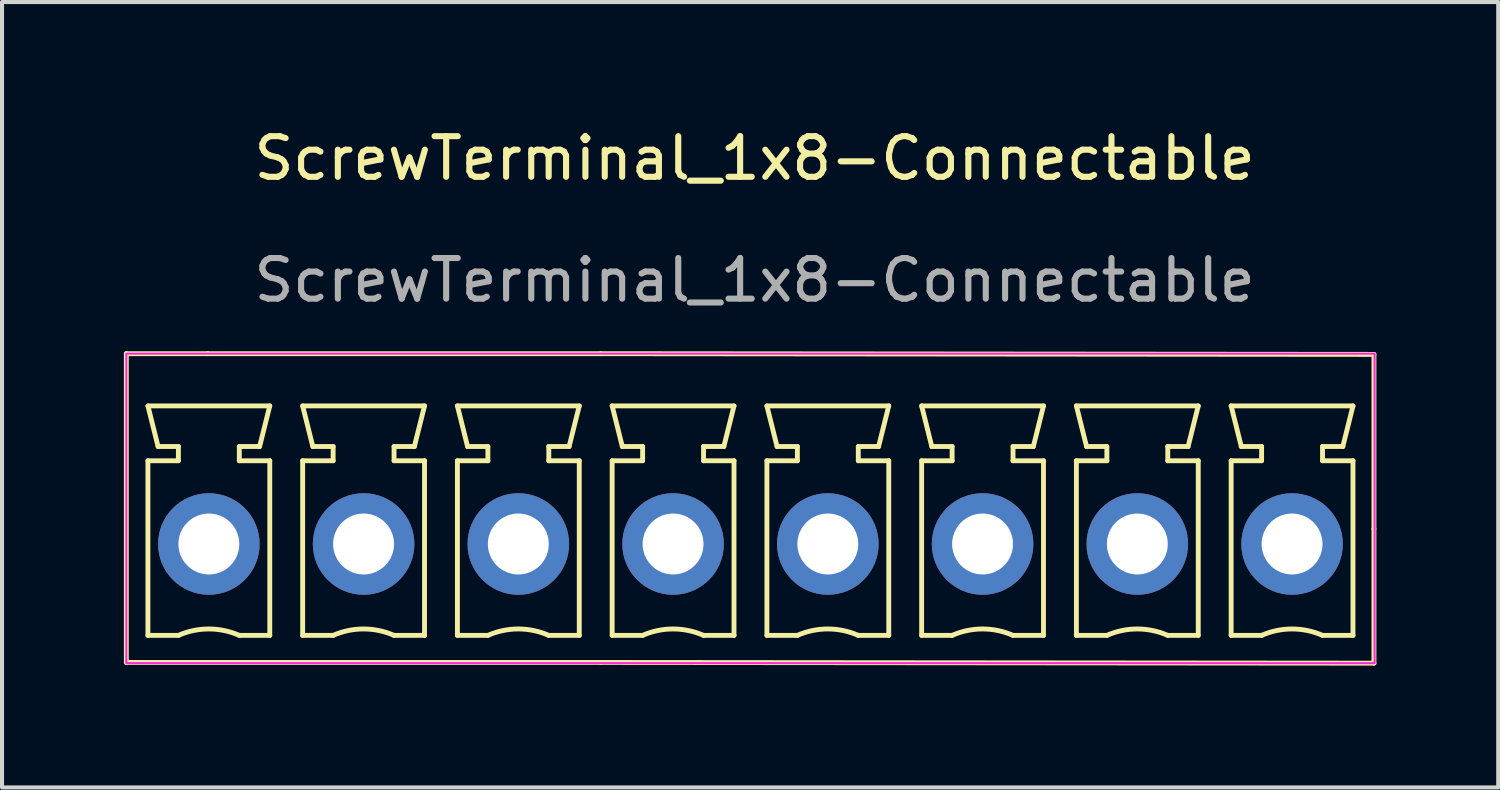
<source format=kicad_pcb>
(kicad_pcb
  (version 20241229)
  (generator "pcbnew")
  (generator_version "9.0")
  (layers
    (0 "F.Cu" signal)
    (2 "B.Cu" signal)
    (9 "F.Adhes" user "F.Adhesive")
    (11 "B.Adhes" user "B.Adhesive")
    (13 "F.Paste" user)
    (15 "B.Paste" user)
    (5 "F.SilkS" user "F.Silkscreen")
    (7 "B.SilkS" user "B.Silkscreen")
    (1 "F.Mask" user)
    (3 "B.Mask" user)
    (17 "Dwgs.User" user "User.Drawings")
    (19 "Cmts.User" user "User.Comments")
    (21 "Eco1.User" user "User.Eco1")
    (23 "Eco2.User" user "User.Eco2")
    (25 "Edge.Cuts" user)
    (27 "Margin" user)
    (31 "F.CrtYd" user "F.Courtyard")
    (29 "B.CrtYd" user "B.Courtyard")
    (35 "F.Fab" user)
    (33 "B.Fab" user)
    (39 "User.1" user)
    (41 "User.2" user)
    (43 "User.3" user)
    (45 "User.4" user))
  (footprint "ScrewTerminal_1x8-Connectable"
    (layer "F.Cu")
    (at 15.53 10.246)
    (property "Reference" "ScrewTerminal_1x8-Connectable" (at 0 -9.398 0) (unlocked yes) (layer "F.SilkS") (effects (font (size 1 1) (thickness 0.15))))
    (attr through_hole)
    (fp_line (start -15.47 -4.588) (end -15.47 3.014) (stroke (width 0.12) (type solid)) (layer "F.SilkS"))
    (fp_line (start -15.47 3.014) (end -3.786 3.014) (stroke (width 0.12) (type solid)) (layer "F.SilkS"))
    (fp_line (start -14.938 -3.302) (end -11.938 -3.302) (stroke (width 0.12) (type solid)) (layer "F.SilkS"))
    (fp_line (start -14.938 -1.952) (end -14.188 -1.952) (stroke (width 0.12) (type solid)) (layer "F.SilkS"))
    (fp_line (start -14.938 2.348) (end -14.938 -1.952) (stroke (width 0.12) (type solid)) (layer "F.SilkS"))
    (fp_line (start -14.688 -2.302) (end -14.938 -3.302) (stroke (width 0.12) (type solid)) (layer "F.SilkS"))
    (fp_line (start -14.188 -2.302) (end -14.688 -2.302) (stroke (width 0.12) (type solid)) (layer "F.SilkS"))
    (fp_line (start -14.188 -1.952) (end -14.188 -2.302) (stroke (width 0.12) (type solid)) (layer "F.SilkS"))
    (fp_line (start -14.188 2.348) (end -14.938 2.348) (stroke (width 0.12) (type solid)) (layer "F.SilkS"))
    (fp_line (start -13.47 -4.588) (end -15.47 -4.588) (stroke (width 0.12) (type solid)) (layer "F.SilkS"))
    (fp_line (start -12.688 -2.302) (end -12.688 -1.952) (stroke (width 0.12) (type solid)) (layer "F.SilkS"))
    (fp_line (start -12.688 -1.952) (end -11.938 -1.952) (stroke (width 0.12) (type solid)) (layer "F.SilkS"))
    (fp_line (start -12.188 -2.302) (end -12.688 -2.302) (stroke (width 0.12) (type solid)) (layer "F.SilkS"))
    (fp_line (start -11.938 -3.302) (end -12.188 -2.302) (stroke (width 0.12) (type solid)) (layer "F.SilkS"))
    (fp_line (start -11.938 -1.952) (end -11.938 2.348) (stroke (width 0.12) (type solid)) (layer "F.SilkS"))
    (fp_line (start -11.938 2.348) (end -12.688 2.348) (stroke (width 0.12) (type solid)) (layer "F.SilkS"))
    (fp_line (start -11.128 -3.302) (end -8.128 -3.302) (stroke (width 0.12) (type solid)) (layer "F.SilkS"))
    (fp_line (start -11.128 -1.952) (end -10.378 -1.952) (stroke (width 0.12) (type solid)) (layer "F.SilkS"))
    (fp_line (start -11.128 2.348) (end -11.128 -1.952) (stroke (width 0.12) (type solid)) (layer "F.SilkS"))
    (fp_line (start -10.878 -2.302) (end -11.128 -3.302) (stroke (width 0.12) (type solid)) (layer "F.SilkS"))
    (fp_line (start -10.378 -2.302) (end -10.878 -2.302) (stroke (width 0.12) (type solid)) (layer "F.SilkS"))
    (fp_line (start -10.378 -1.952) (end -10.378 -2.302) (stroke (width 0.12) (type solid)) (layer "F.SilkS"))
    (fp_line (start -10.378 2.348) (end -11.128 2.348) (stroke (width 0.12) (type solid)) (layer "F.SilkS"))
    (fp_line (start -8.878 -2.302) (end -8.878 -1.952) (stroke (width 0.12) (type solid)) (layer "F.SilkS"))
    (fp_line (start -8.878 -1.952) (end -8.128 -1.952) (stroke (width 0.12) (type solid)) (layer "F.SilkS"))
    (fp_line (start -8.378 -2.302) (end -8.878 -2.302) (stroke (width 0.12) (type solid)) (layer "F.SilkS"))
    (fp_line (start -8.128 -3.302) (end -8.378 -2.302) (stroke (width 0.12) (type solid)) (layer "F.SilkS"))
    (fp_line (start -8.128 -1.952) (end -8.128 2.348) (stroke (width 0.12) (type solid)) (layer "F.SilkS"))
    (fp_line (start -8.128 2.348) (end -8.878 2.348) (stroke (width 0.12) (type solid)) (layer "F.SilkS"))
    (fp_line (start -7.318 -3.302) (end -4.318 -3.302) (stroke (width 0.12) (type solid)) (layer "F.SilkS"))
    (fp_line (start -7.318 -1.952) (end -6.568 -1.952) (stroke (width 0.12) (type solid)) (layer "F.SilkS"))
    (fp_line (start -7.318 2.348) (end -7.318 -1.952) (stroke (width 0.12) (type solid)) (layer "F.SilkS"))
    (fp_line (start -7.068 -2.302) (end -7.318 -3.302) (stroke (width 0.12) (type solid)) (layer "F.SilkS"))
    (fp_line (start -6.568 -2.302) (end -7.068 -2.302) (stroke (width 0.12) (type solid)) (layer "F.SilkS"))
    (fp_line (start -6.568 -1.952) (end -6.568 -2.302) (stroke (width 0.12) (type solid)) (layer "F.SilkS"))
    (fp_line (start -6.568 2.348) (end -7.318 2.348) (stroke (width 0.12) (type solid)) (layer "F.SilkS"))
    (fp_line (start -5.068 -2.302) (end -5.068 -1.952) (stroke (width 0.12) (type solid)) (layer "F.SilkS"))
    (fp_line (start -5.068 -1.952) (end -4.318 -1.952) (stroke (width 0.12) (type solid)) (layer "F.SilkS"))
    (fp_line (start -4.568 -2.302) (end -5.068 -2.302) (stroke (width 0.12) (type solid)) (layer "F.SilkS"))
    (fp_line (start -4.318 -3.302) (end -4.568 -2.302) (stroke (width 0.12) (type solid)) (layer "F.SilkS"))
    (fp_line (start -4.318 -1.952) (end -4.318 2.348) (stroke (width 0.12) (type solid)) (layer "F.SilkS"))
    (fp_line (start -4.318 2.348) (end -5.068 2.348) (stroke (width 0.12) (type solid)) (layer "F.SilkS"))
    (fp_line (start -3.786 -4.588) (end -13.47 -4.588) (stroke (width 0.12) (type solid)) (layer "F.SilkS"))
    (fp_line (start -3.786 3.014) (end 15.248 3.032) (stroke (width 0.12) (type solid)) (layer "F.SilkS"))
    (fp_line (start -3.508 -3.302) (end -0.508 -3.302) (stroke (width 0.12) (type solid)) (layer "F.SilkS"))
    (fp_line (start -3.508 -1.952) (end -2.758 -1.952) (stroke (width 0.12) (type solid)) (layer "F.SilkS"))
    (fp_line (start -3.508 2.348) (end -3.508 -1.952) (stroke (width 0.12) (type solid)) (layer "F.SilkS"))
    (fp_line (start -3.258 -2.302) (end -3.508 -3.302) (stroke (width 0.12) (type solid)) (layer "F.SilkS"))
    (fp_line (start -2.758 -2.302) (end -3.258 -2.302) (stroke (width 0.12) (type solid)) (layer "F.SilkS"))
    (fp_line (start -2.758 -1.952) (end -2.758 -2.302) (stroke (width 0.12) (type solid)) (layer "F.SilkS"))
    (fp_line (start -2.758 2.348) (end -3.508 2.348) (stroke (width 0.12) (type solid)) (layer "F.SilkS"))
    (fp_line (start -1.258 -2.302) (end -1.258 -1.952) (stroke (width 0.12) (type solid)) (layer "F.SilkS"))
    (fp_line (start -1.258 -1.952) (end -0.508 -1.952) (stroke (width 0.12) (type solid)) (layer "F.SilkS"))
    (fp_line (start -0.758 -2.302) (end -1.258 -2.302) (stroke (width 0.12) (type solid)) (layer "F.SilkS"))
    (fp_line (start -0.508 -3.302) (end -0.758 -2.302) (stroke (width 0.12) (type solid)) (layer "F.SilkS"))
    (fp_line (start -0.508 -1.952) (end -0.508 2.348) (stroke (width 0.12) (type solid)) (layer "F.SilkS"))
    (fp_line (start -0.508 2.348) (end -1.258 2.348) (stroke (width 0.12) (type solid)) (layer "F.SilkS"))
    (fp_line (start 0.302 -3.302) (end 3.302 -3.302) (stroke (width 0.12) (type solid)) (layer "F.SilkS"))
    (fp_line (start 0.302 -1.952) (end 1.052 -1.952) (stroke (width 0.12) (type solid)) (layer "F.SilkS"))
    (fp_line (start 0.302 2.348) (end 0.302 -1.952) (stroke (width 0.12) (type solid)) (layer "F.SilkS"))
    (fp_line (start 0.552 -2.302) (end 0.302 -3.302) (stroke (width 0.12) (type solid)) (layer "F.SilkS"))
    (fp_line (start 1.052 -2.302) (end 0.552 -2.302) (stroke (width 0.12) (type solid)) (layer "F.SilkS"))
    (fp_line (start 1.052 -1.952) (end 1.052 -2.302) (stroke (width 0.12) (type solid)) (layer "F.SilkS"))
    (fp_line (start 1.052 2.348) (end 0.302 2.348) (stroke (width 0.12) (type solid)) (layer "F.SilkS"))
    (fp_line (start 2.552 -2.302) (end 2.552 -1.952) (stroke (width 0.12) (type solid)) (layer "F.SilkS"))
    (fp_line (start 2.552 -1.952) (end 3.302 -1.952) (stroke (width 0.12) (type solid)) (layer "F.SilkS"))
    (fp_line (start 3.052 -2.302) (end 2.552 -2.302) (stroke (width 0.12) (type solid)) (layer "F.SilkS"))
    (fp_line (start 3.302 -3.302) (end 3.052 -2.302) (stroke (width 0.12) (type solid)) (layer "F.SilkS"))
    (fp_line (start 3.302 -1.952) (end 3.302 2.348) (stroke (width 0.12) (type solid)) (layer "F.SilkS"))
    (fp_line (start 3.302 2.348) (end 2.552 2.348) (stroke (width 0.12) (type solid)) (layer "F.SilkS"))
    (fp_line (start 4.112 -3.302) (end 7.112 -3.302) (stroke (width 0.12) (type solid)) (layer "F.SilkS"))
    (fp_line (start 4.112 -1.952) (end 4.862 -1.952) (stroke (width 0.12) (type solid)) (layer "F.SilkS"))
    (fp_line (start 4.112 2.348) (end 4.112 -1.952) (stroke (width 0.12) (type solid)) (layer "F.SilkS"))
    (fp_line (start 4.362 -2.302) (end 4.112 -3.302) (stroke (width 0.12) (type solid)) (layer "F.SilkS"))
    (fp_line (start 4.862 -2.302) (end 4.362 -2.302) (stroke (width 0.12) (type solid)) (layer "F.SilkS"))
    (fp_line (start 4.862 -1.952) (end 4.862 -2.302) (stroke (width 0.12) (type solid)) (layer "F.SilkS"))
    (fp_line (start 4.862 2.348) (end 4.112 2.348) (stroke (width 0.12) (type solid)) (layer "F.SilkS"))
    (fp_line (start 6.362 -2.302) (end 6.362 -1.952) (stroke (width 0.12) (type solid)) (layer "F.SilkS"))
    (fp_line (start 6.362 -1.952) (end 7.112 -1.952) (stroke (width 0.12) (type solid)) (layer "F.SilkS"))
    (fp_line (start 6.862 -2.302) (end 6.362 -2.302) (stroke (width 0.12) (type solid)) (layer "F.SilkS"))
    (fp_line (start 7.112 -3.302) (end 6.862 -2.302) (stroke (width 0.12) (type solid)) (layer "F.SilkS"))
    (fp_line (start 7.112 -1.952) (end 7.112 2.348) (stroke (width 0.12) (type solid)) (layer "F.SilkS"))
    (fp_line (start 7.112 2.348) (end 6.362 2.348) (stroke (width 0.12) (type solid)) (layer "F.SilkS"))
    (fp_line (start 7.922 -3.302) (end 10.922 -3.302) (stroke (width 0.12) (type solid)) (layer "F.SilkS"))
    (fp_line (start 7.922 -1.952) (end 8.672 -1.952) (stroke (width 0.12) (type solid)) (layer "F.SilkS"))
    (fp_line (start 7.922 2.348) (end 7.922 -1.952) (stroke (width 0.12) (type solid)) (layer "F.SilkS"))
    (fp_line (start 8.172 -2.302) (end 7.922 -3.302) (stroke (width 0.12) (type solid)) (layer "F.SilkS"))
    (fp_line (start 8.672 -2.302) (end 8.172 -2.302) (stroke (width 0.12) (type solid)) (layer "F.SilkS"))
    (fp_line (start 8.672 -1.952) (end 8.672 -2.302) (stroke (width 0.12) (type solid)) (layer "F.SilkS"))
    (fp_line (start 8.672 2.348) (end 7.922 2.348) (stroke (width 0.12) (type solid)) (layer "F.SilkS"))
    (fp_line (start 10.172 -2.302) (end 10.172 -1.952) (stroke (width 0.12) (type solid)) (layer "F.SilkS"))
    (fp_line (start 10.172 -1.952) (end 10.922 -1.952) (stroke (width 0.12) (type solid)) (layer "F.SilkS"))
    (fp_line (start 10.672 -2.302) (end 10.172 -2.302) (stroke (width 0.12) (type solid)) (layer "F.SilkS"))
    (fp_line (start 10.922 -3.302) (end 10.672 -2.302) (stroke (width 0.12) (type solid)) (layer "F.SilkS"))
    (fp_line (start 10.922 -1.952) (end 10.922 2.348) (stroke (width 0.12) (type solid)) (layer "F.SilkS"))
    (fp_line (start 10.922 2.348) (end 10.172 2.348) (stroke (width 0.12) (type solid)) (layer "F.SilkS"))
    (fp_line (start 11.732 -3.302) (end 14.732 -3.302) (stroke (width 0.12) (type solid)) (layer "F.SilkS"))
    (fp_line (start 11.732 -1.952) (end 12.482 -1.952) (stroke (width 0.12) (type solid)) (layer "F.SilkS"))
    (fp_line (start 11.732 2.348) (end 11.732 -1.952) (stroke (width 0.12) (type solid)) (layer "F.SilkS"))
    (fp_line (start 11.982 -2.302) (end 11.732 -3.302) (stroke (width 0.12) (type solid)) (layer "F.SilkS"))
    (fp_line (start 12.482 -2.302) (end 11.982 -2.302) (stroke (width 0.12) (type solid)) (layer "F.SilkS"))
    (fp_line (start 12.482 -1.952) (end 12.482 -2.302) (stroke (width 0.12) (type solid)) (layer "F.SilkS"))
    (fp_line (start 12.482 2.348) (end 11.732 2.348) (stroke (width 0.12) (type solid)) (layer "F.SilkS"))
    (fp_line (start 13.982 -2.302) (end 13.982 -1.952) (stroke (width 0.12) (type solid)) (layer "F.SilkS"))
    (fp_line (start 13.982 -1.952) (end 14.732 -1.952) (stroke (width 0.12) (type solid)) (layer "F.SilkS"))
    (fp_line (start 14.482 -2.302) (end 13.982 -2.302) (stroke (width 0.12) (type solid)) (layer "F.SilkS"))
    (fp_line (start 14.732 -3.302) (end 14.482 -2.302) (stroke (width 0.12) (type solid)) (layer "F.SilkS"))
    (fp_line (start 14.732 -1.952) (end 14.732 2.348) (stroke (width 0.12) (type solid)) (layer "F.SilkS"))
    (fp_line (start 14.732 2.348) (end 13.982 2.348) (stroke (width 0.12) (type solid)) (layer "F.SilkS"))
    (fp_line (start 15.248 -4.57) (end -3.786 -4.588) (stroke (width 0.12) (type solid)) (layer "F.SilkS"))
    (fp_line (start 15.248 -0.27) (end 15.248 -4.57) (stroke (width 0.12) (type solid)) (layer "F.SilkS"))
    (fp_line (start 15.248 3.032) (end 15.248 -0.27) (stroke (width 0.12) (type solid)) (layer "F.SilkS"))
    (fp_arc (start -14.188 2.348) (mid -13.438193 2.18991) (end -12.688353 2.347844) (stroke (width 0.12) (type solid)) (layer "F.SilkS"))
    (fp_arc (start -10.378 2.348) (mid -9.628193 2.18991) (end -8.878353 2.347844) (stroke (width 0.12) (type solid)) (layer "F.SilkS"))
    (fp_arc (start -6.568 2.348) (mid -5.818193 2.18991) (end -5.068353 2.347844) (stroke (width 0.12) (type solid)) (layer "F.SilkS"))
    (fp_arc (start -2.758 2.348) (mid -2.008193 2.18991) (end -1.258353 2.347844) (stroke (width 0.12) (type solid)) (layer "F.SilkS"))
    (fp_arc (start 1.052 2.348) (mid 1.801807 2.18991) (end 2.551647 2.347844) (stroke (width 0.12) (type solid)) (layer "F.SilkS"))
    (fp_arc (start 4.862 2.348) (mid 5.611807 2.18991) (end 6.361647 2.347844) (stroke (width 0.12) (type solid)) (layer "F.SilkS"))
    (fp_arc (start 8.672 2.348) (mid 9.421807 2.18991) (end 10.171647 2.347844) (stroke (width 0.12) (type solid)) (layer "F.SilkS"))
    (fp_arc (start 12.482 2.348) (mid 13.231807 2.18991) (end 13.981647 2.347844) (stroke (width 0.12) (type solid)) (layer "F.SilkS"))
    (fp_rect (start -15.47 -4.588) (end 15.264 3.032) (stroke (width 0.05) (type solid)) (fill no) (layer "F.CrtYd"))
    (fp_text user "${REFERENCE}" (at 0 -6.398 0) (unlocked yes) (layer "F.Fab") (effects (font (size 1 1) (thickness 0.15))))
    (pad "1" thru_hole circle (at -13.438 0.098) (size 2.5 2.5) (drill 1.5) (layers "*.Cu" "*.Mask"))
    (pad "2" thru_hole circle (at -9.628 0.098) (size 2.5 2.5) (drill 1.5) (layers "*.Cu" "*.Mask"))
    (pad "3" thru_hole circle (at -5.818 0.098) (size 2.5 2.5) (drill 1.5) (layers "*.Cu" "*.Mask"))
    (pad "4" thru_hole circle (at -2.008 0.098) (size 2.5 2.5) (drill 1.5) (layers "*.Cu" "*.Mask"))
    (pad "5" thru_hole circle (at 1.802 0.098) (size 2.5 2.5) (drill 1.5) (layers "*.Cu" "*.Mask"))
    (pad "6" thru_hole circle (at 5.612 0.098) (size 2.5 2.5) (drill 1.5) (layers "*.Cu" "*.Mask"))
    (pad "7" thru_hole circle (at 9.422 0.098) (size 2.5 2.5) (drill 1.5) (layers "*.Cu" "*.Mask"))
    (pad "8" thru_hole circle (at 13.232 0.098) (size 2.5 2.5) (drill 1.5) (layers "*.Cu" "*.Mask")))
  (gr_rect
    (start -3 -3)
    (end 33.838 16.338)
    (stroke (width 0.1) (type default))
    (fill no)
    (layer "Edge.Cuts")))
</source>
